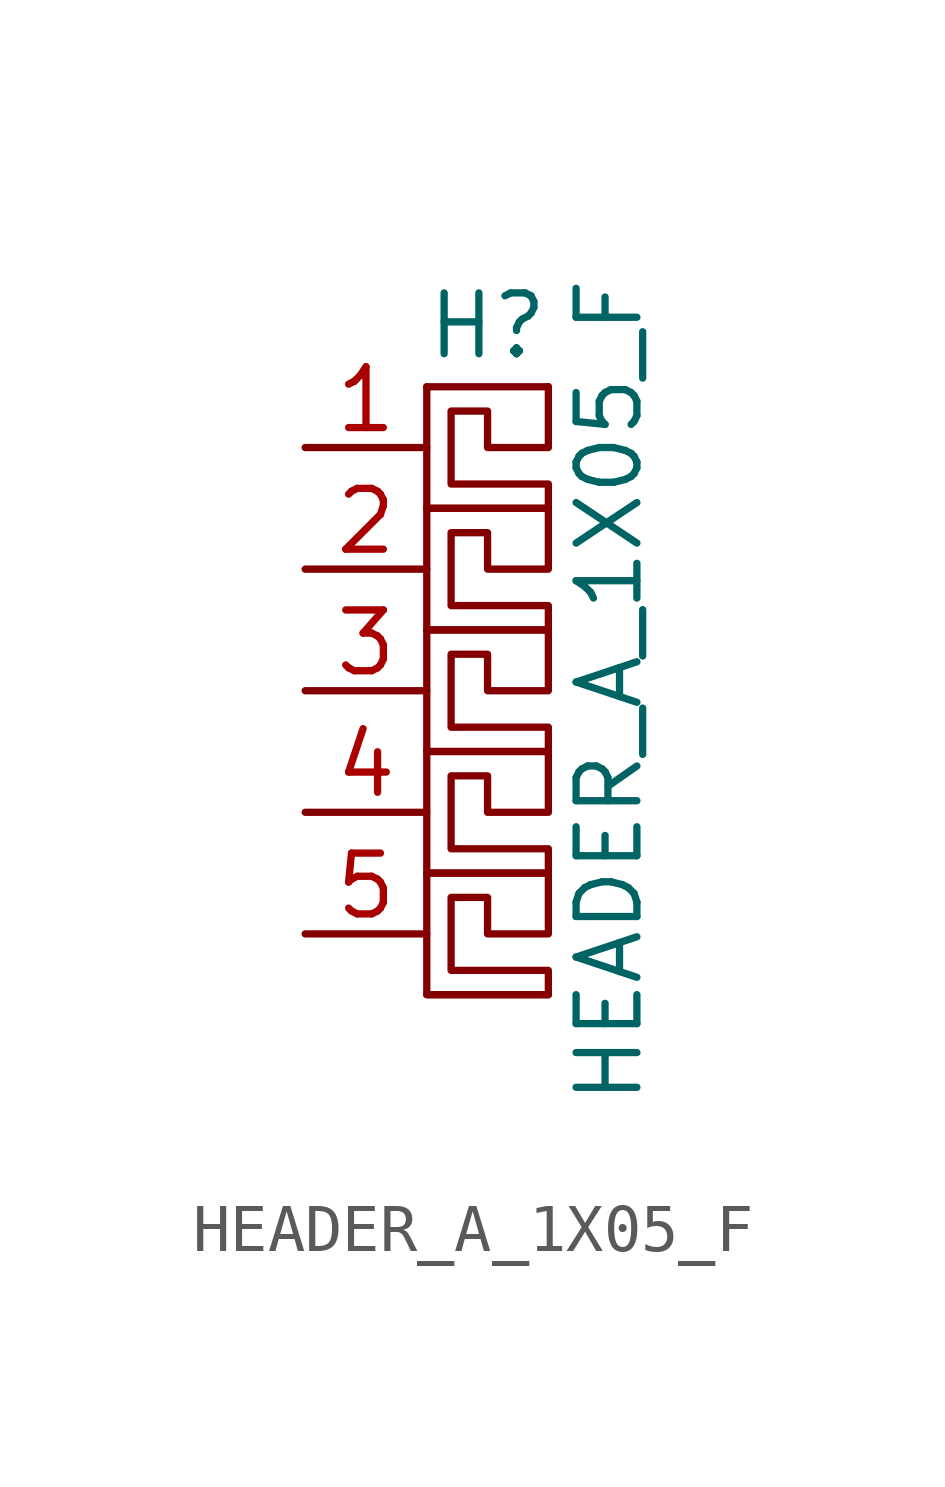
<source format=kicad_sym>
(kicad_symbol_lib
  (version 20220914)
  (generator kicad_symbol_editor)
  (symbol "HEADER_A_1X05_F"
    (pin_names
      (offset 1.016) hide)
    (property "Reference" "H"
      (at 1.27 7.62 0)
      (effects (font (size 1.27 1.27))))
    (property "Value" "HEADER_A_1X05_F"
      (at 3.81 0 90)
      (effects (font (size 1.27 1.27))))
    (symbol "HEADER_A_1X05_F_0_1"
      (polyline (pts (xy 0 -6.35) (xy 2.54 -6.35)) (stroke (width 0) (type solid)) (fill (type none)))
      (polyline (pts (xy 0 -3.81) (xy 2.54 -3.81)) (stroke (width 0) (type solid)) (fill (type none)))
      (polyline (pts (xy 0 1.27) (xy 2.54 1.27)) (stroke (width 0) (type solid)) (fill (type none)))
      (polyline (pts (xy 0 3.81) (xy 2.54 3.81)) (stroke (width 0) (type solid)) (fill (type none)))
      (polyline (pts (xy 0 6.35) (xy 2.54 6.35)) (stroke (width 0) (type solid)) (fill (type none)))
      (polyline (pts (xy 2.54 -3.81) (xy 2.54 -5.08) (xy 1.27 -5.08) (xy 1.27 -4.318) (xy 0.508 -4.318) (xy 0.508 -5.842) (xy 2.54 -5.842) (xy 2.54 -6.35) (xy 0 -6.35) (xy 0 -3.81)) (stroke (width 0) (type solid)) (fill (type none)))
      (polyline (pts (xy 2.54 1.27) (xy 2.54 0) (xy 1.27 0) (xy 1.27 0.762) (xy 0.508 0.762) (xy 0.508 -0.762) (xy 2.54 -0.762) (xy 2.54 -1.27) (xy 0 -1.27) (xy 0 1.27)) (stroke (width 0) (type solid)) (fill (type none)))
      (polyline (pts (xy 2.54 3.81) (xy 2.54 2.54) (xy 1.27 2.54) (xy 1.27 3.302) (xy 0.508 3.302) (xy 0.508 1.778) (xy 2.54 1.778) (xy 2.54 1.27) (xy 0 1.27) (xy 0 3.81)) (stroke (width 0) (type solid)) (fill (type none)))
      (polyline (pts (xy 2.54 6.35) (xy 2.54 5.08) (xy 1.27 5.08) (xy 1.27 5.842) (xy 0.508 5.842) (xy 0.508 4.318) (xy 2.54 4.318) (xy 2.54 3.81) (xy 0 3.81) (xy 0 6.35)) (stroke (width 0) (type solid)) (fill (type none))))
    (symbol "HEADER_A_1X05_F_1_1"
      (polyline (pts (xy 0 -1.27) (xy 2.54 -1.27)) (stroke (width 0) (type solid)) (fill (type none)))
      (polyline (pts (xy 2.54 -1.27) (xy 2.54 -2.54) (xy 1.27 -2.54) (xy 1.27 -1.778) (xy 0.508 -1.778) (xy 0.508 -3.302) (xy 2.54 -3.302) (xy 2.54 -3.81) (xy 0 -3.81) (xy 0 -1.27)) (stroke (width 0) (type solid)) (fill (type none)))
      (pin passive line (at -2.54 5.08 0) (length 2.54) (name "~" (effects (font (size 1.27 1.27)))) (number "1" (effects (font (size 1.27 1.27)))))
      (pin passive line (at -2.54 2.54 0) (length 2.54) (name "~" (effects (font (size 1.27 1.27)))) (number "2" (effects (font (size 1.27 1.27)))))
      (pin passive line (at -2.54 0 0) (length 2.54) (name "~" (effects (font (size 1.27 1.27)))) (number "3" (effects (font (size 1.27 1.27)))))
      (pin passive line (at -2.54 -2.54 0) (length 2.54) (name "~" (effects (font (size 1.27 1.27)))) (number "4" (effects (font (size 1.27 1.27)))))
      (pin passive line (at -2.54 -5.08 0) (length 2.54) (name "~" (effects (font (size 1.27 1.27)))) (number "5" (effects (font (size 1.27 1.27))))))))
</source>
